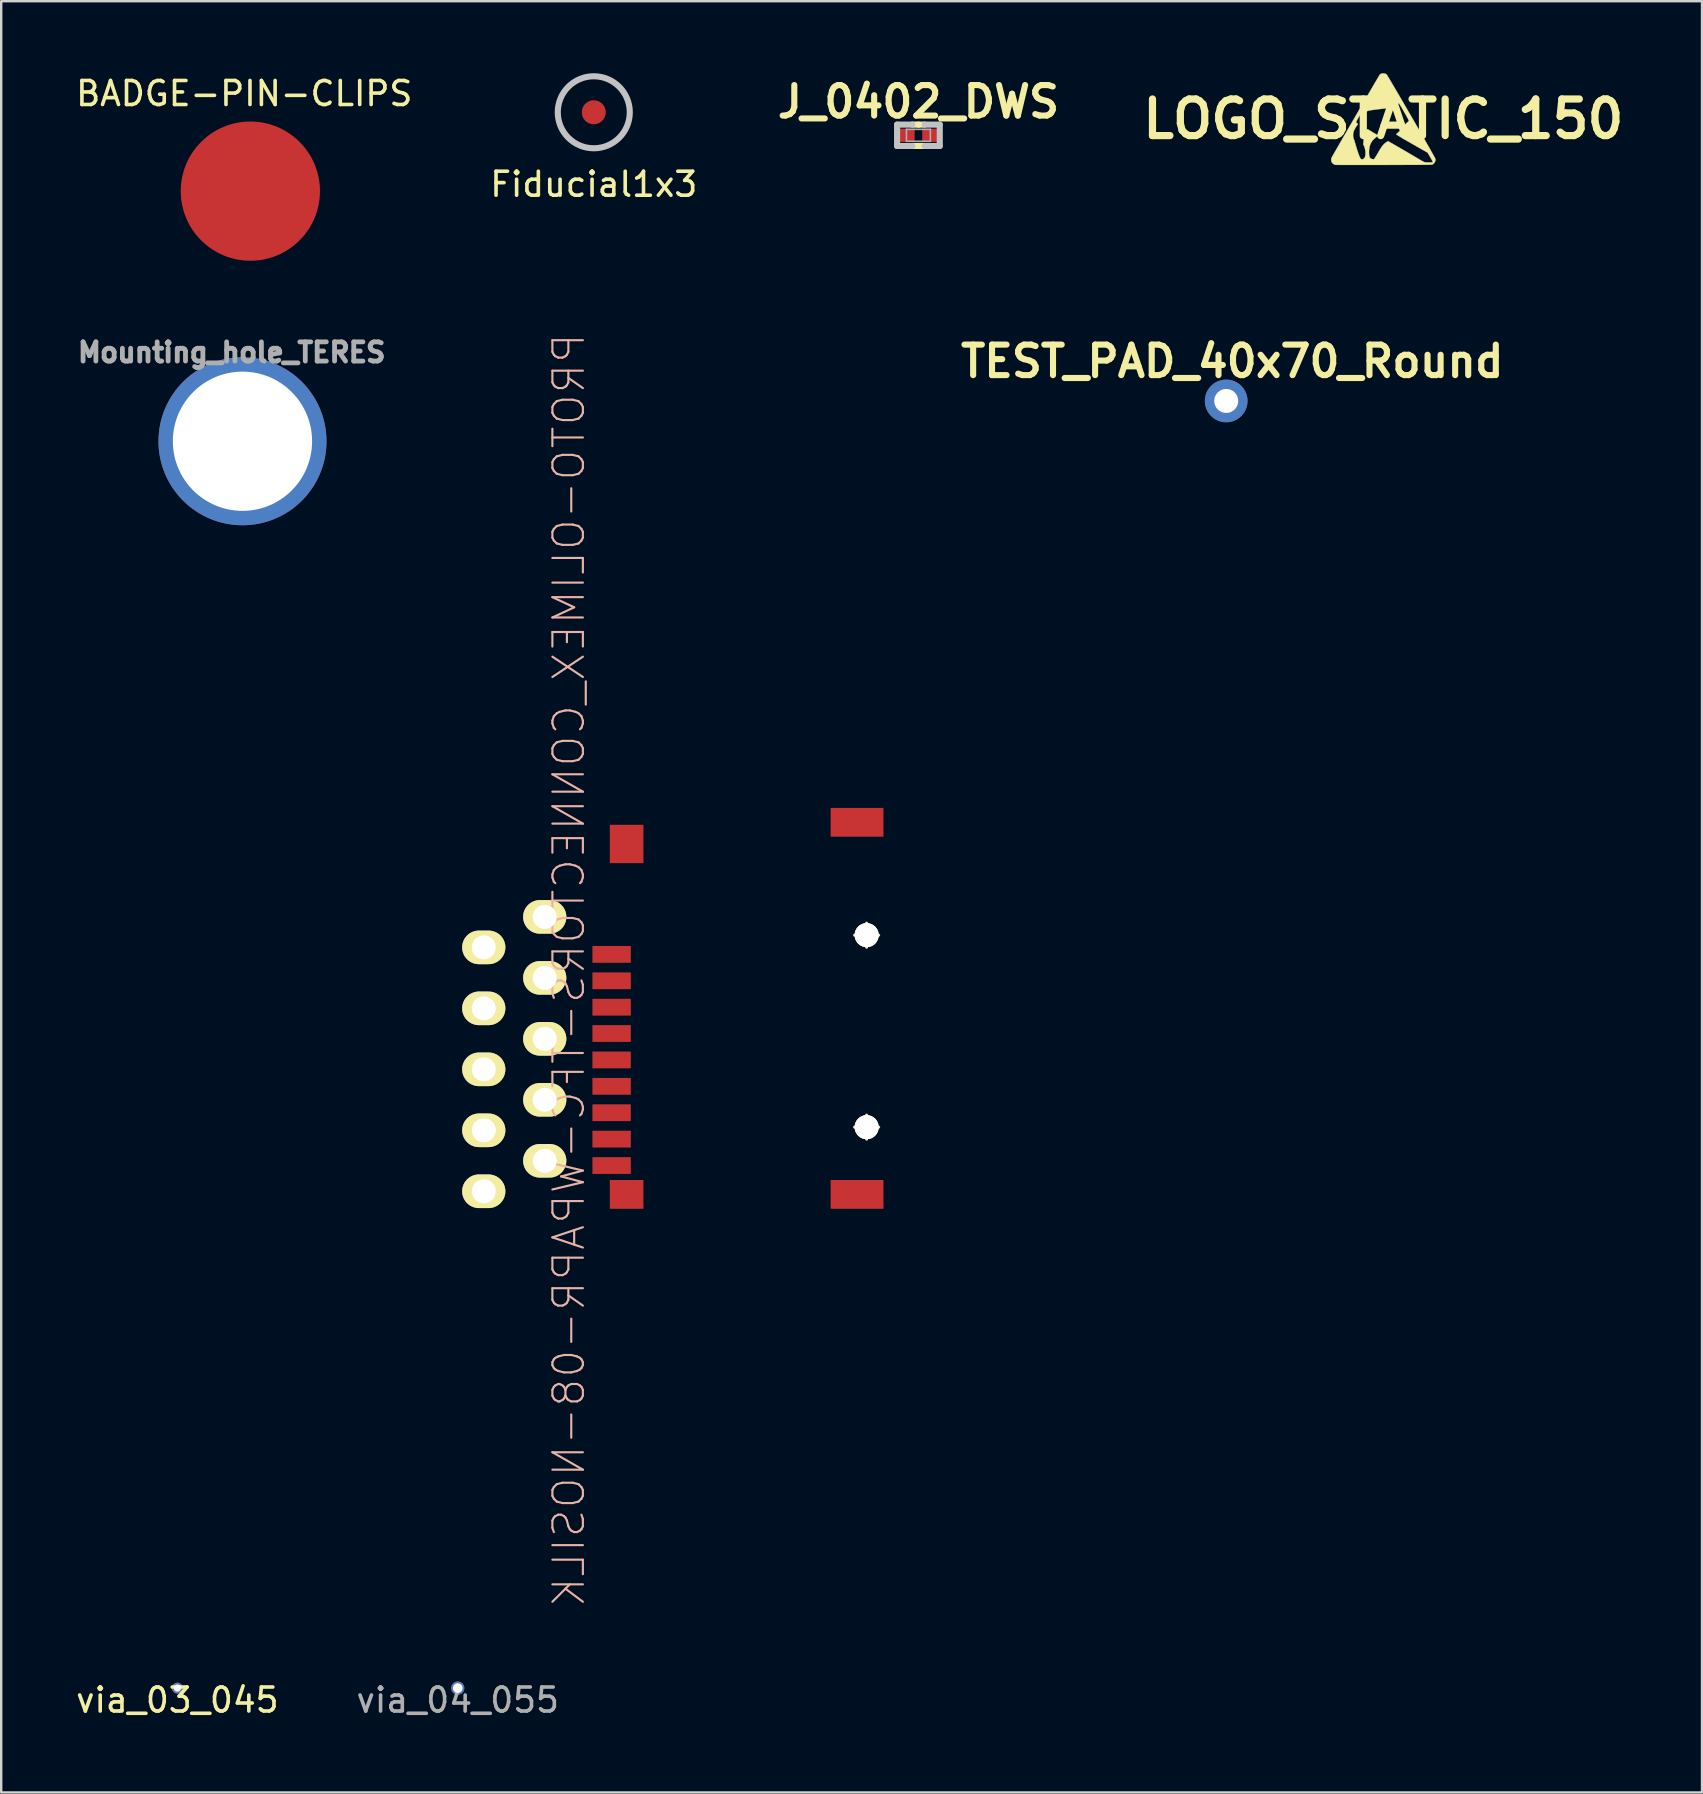
<source format=kicad_pcb>
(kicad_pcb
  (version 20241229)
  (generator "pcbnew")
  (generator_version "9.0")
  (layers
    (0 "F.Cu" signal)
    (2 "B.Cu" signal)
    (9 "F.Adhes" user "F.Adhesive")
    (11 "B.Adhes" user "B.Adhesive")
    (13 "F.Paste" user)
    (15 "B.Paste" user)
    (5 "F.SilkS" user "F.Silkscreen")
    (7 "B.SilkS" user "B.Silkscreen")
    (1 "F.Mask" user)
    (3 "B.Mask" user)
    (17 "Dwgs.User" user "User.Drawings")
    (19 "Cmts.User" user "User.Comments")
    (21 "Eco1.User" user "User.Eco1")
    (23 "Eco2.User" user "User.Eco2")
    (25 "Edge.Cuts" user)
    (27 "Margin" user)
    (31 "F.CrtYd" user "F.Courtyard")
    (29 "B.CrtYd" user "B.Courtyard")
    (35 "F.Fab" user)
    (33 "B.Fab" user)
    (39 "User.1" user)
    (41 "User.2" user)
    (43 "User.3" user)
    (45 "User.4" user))
  (footprint "PROTO-OLIMEX_CONNECTORS-TFC-WPAPR-08-NOSILK"
    (layer "F.Cu")
    (at 29.802 38.955)
    (property "Reference" "PROTO-OLIMEX_CONNECTORS-TFC-WPAPR-08-NOSILK" (at -9.154 -1.587 90) (layer "B.SilkS") (effects (font (size 1.27 1.27) (thickness 0.089)) (justify mirror)))
    (attr exclude_from_pos_files exclude_from_bom)
    (fp_line (start 2.748 -3.048) (end 3.749 -3.048) (stroke (width 0.127) (type solid)) (layer "F.SilkS"))
    (fp_line (start 2.748 4.948) (end 3.749 4.948) (stroke (width 0.127) (type solid)) (layer "F.SilkS"))
    (fp_line (start 3.249 -2.548) (end 3.249 -3.548) (stroke (width 0.127) (type solid)) (layer "F.SilkS"))
    (fp_line (start 3.249 5.448) (end 3.249 4.448) (stroke (width 0.127) (type solid)) (layer "F.SilkS"))
    (fp_circle (center 3.249 -3.048) (end 3.498 -3.297) (stroke (width 0.127) (type solid)) (fill no) (layer "F.SilkS"))
    (fp_circle (center 3.249 4.948) (end 3.498 5.197) (stroke (width 0.127) (type solid)) (fill no) (layer "F.SilkS"))
    (pad "0" thru_hole circle (at 3.25 -3.05) (size 1 1) (drill 1) (layers "*.Cu" "*.Mask" "F.SilkS"))
    (pad "0" thru_hole circle (at 3.25 4.95) (size 1 1) (drill 1) (layers "*.Cu" "*.Mask" "F.SilkS"))
    (pad "1" thru_hole oval (at -10.16 -3.81) (size 1.8 1.4) (drill 1) (layers "*.Cu" "*.Mask" "F.SilkS"))
    (pad "1" smd rect (at -7.374 -2.248 270) (size 0.699 1.598) (layers "F.Cu" "F.Mask" "F.Paste"))
    (pad "2" thru_hole oval (at -12.7 -2.54) (size 1.8 1.4) (drill 1) (layers "*.Cu" "*.Mask" "F.SilkS"))
    (pad "2" smd rect (at -7.374 -1.148 270) (size 0.699 1.598) (layers "F.Cu" "F.Mask" "F.Paste"))
    (pad "3" thru_hole oval (at -10.16 -1.27) (size 1.8 1.4) (drill 1) (layers "*.Cu" "*.Mask" "F.SilkS"))
    (pad "3" smd rect (at -7.374 -0.048 270) (size 0.699 1.598) (layers "F.Cu" "F.Mask" "F.Paste"))
    (pad "4" thru_hole oval (at -12.7 0) (size 1.8 1.4) (drill 1) (layers "*.Cu" "*.Mask" "F.SilkS"))
    (pad "4" smd rect (at -7.374 1.049 270) (size 0.699 1.598) (layers "F.Cu" "F.Mask" "F.Paste"))
    (pad "5" thru_hole oval (at -10.16 1.27) (size 1.8 1.4) (drill 1) (layers "*.Cu" "*.Mask" "F.SilkS"))
    (pad "5" smd rect (at -7.374 2.149 270) (size 0.699 1.598) (layers "F.Cu" "F.Mask" "F.Paste"))
    (pad "6" thru_hole oval (at -12.7 2.54) (size 1.8 1.4) (drill 1) (layers "*.Cu" "*.Mask" "F.SilkS"))
    (pad "6" smd rect (at -7.374 3.249 270) (size 0.699 1.598) (layers "F.Cu" "F.Mask" "F.Paste"))
    (pad "7" thru_hole oval (at -10.16 3.81) (size 1.8 1.4) (drill 1) (layers "*.Cu" "*.Mask" "F.SilkS"))
    (pad "7" smd rect (at -7.374 4.348 270) (size 0.699 1.598) (layers "F.Cu" "F.Mask" "F.Paste"))
    (pad "8" thru_hole oval (at -12.7 5.08) (size 1.8 1.4) (drill 1) (layers "*.Cu" "*.Mask" "F.SilkS"))
    (pad "8" smd rect (at -7.374 5.448 270) (size 0.699 1.598) (layers "F.Cu" "F.Mask" "F.Paste"))
    (pad "9" thru_hole oval (at -10.16 6.35) (size 1.8 1.4) (drill 1) (layers "*.Cu" "*.Mask" "F.SilkS"))
    (pad "9" smd rect (at -7.374 6.548 270) (size 0.699 1.598) (layers "F.Cu" "F.Mask" "F.Paste"))
    (pad "10" thru_hole oval (at -12.7 7.62) (size 1.8 1.4) (drill 1) (layers "*.Cu" "*.Mask" "F.SilkS"))
    (pad "10" smd rect (at -6.749 7.75 270) (size 1.199 1.4) (layers "F.Cu" "F.Mask" "F.Paste"))
    (pad "11" smd rect (at -6.749 -6.848 270) (size 1.598 1.4) (layers "F.Cu" "F.Mask" "F.Paste"))
    (pad "12" smd rect (at 2.85 7.75 270) (size 1.199 2.2) (layers "F.Cu" "F.Mask" "F.Paste"))
    (pad "13" smd rect (at 2.85 -7.75 270) (size 1.199 2.2) (layers "F.Cu" "F.Mask" "F.Paste")))
  (footprint "TEST_PAD_40x70_Round"
    (layer "F.Cu")
    (at 48.03 13.652)
    (property "Reference" "TEST_PAD_40x70_Round" (at 0.254 -1.651 0) (layer "F.SilkS") (effects (font (size 1.27 1.27) (thickness 0.254))))
    (attr smd)
    (pad "1" thru_hole circle (at 0 0) (size 1.778 1.778) (drill 1) (layers "*.Cu" "*.Mask")))
  (footprint "Mounting_hole_TERES"
    (layer "F.Cu")
    (at 6.551 15.331)
    (property "Reference" "Mounting_hole_TERES" (at 0.05 -3.7 0) (layer "F.Fab") (effects (font (size 0.8 0.8) (thickness 0.2))))
    (attr exclude_from_pos_files exclude_from_bom)
    (pad "" thru_hole circle (at 0.5 0) (size 7 7) (drill 5.8) (layers "*.Cu" "*.Mask")))
  (footprint "via_03_045"
    (layer "F.Cu")
    (at 4.339 67.271)
    (property "Reference" "via_03_045" (at 0 0.5 0) (layer "F.SilkS") (effects (font (size 1 1) (thickness 0.15))))
    (attr exclude_from_pos_files exclude_from_bom)
    (pad "0" thru_hole circle (at 0 0) (size 0.45 0.45) (drill 0.3) (layers "*.Cu")))
  (footprint "via_04_055"
    (layer "F.Cu")
    (at 16.018 67.271)
    (property "Reference" "via_04_055" (at 0 0.5 0) (layer "F.Fab") (effects (font (size 1 1) (thickness 0.15))))
    (attr exclude_from_pos_files exclude_from_bom)
    (pad "0" thru_hole circle (at 0 0) (size 0.55 0.55) (drill 0.4) (layers "*.Cu")))
  (footprint "BADGE-PIN-CLIPS"
    (layer "F.Cu")
    (at 7.379 4.912)
    (property "Reference" "BADGE-PIN-CLIPS" (at -0.254 -4.064 0) (layer "F.SilkS") (effects (font (size 1 1) (thickness 0.15))))
    (attr through_hole)
    (pad "1" smd circle (at 0 0) (size 5.8 5.8) (layers "F.Cu" "F.Mask" "F.Paste")))
  (footprint "LOGO_STATIC_150"
    (layer "F.Cu")
    (at 54.575 1.908)
    (property "Reference" "LOGO_STATIC_150" (at 0 0 0) (layer "F.SilkS") (effects (font (size 1.524 1.524) (thickness 0.3))))
    (attr through_hole)
    (fp_poly (pts (xy 2.172 1.718) (xy 2.156 1.776) (xy 2.123 1.83) (xy 2.076 1.876) (xy 2.066 1.882) (xy 2.066 1.8) (xy 2.063 1.79) (xy 2.051 1.763) (xy 2.031 1.725) (xy 2.006 1.678) (xy 1.977 1.625) (xy 1.947 1.571) (xy 1.919 1.523) (xy 1.845 1.4) (xy 1.481 1.193) (xy 1.307 1.093) (xy 1.149 1.003) (xy 1.009 0.923) (xy 0.887 0.852) (xy 0.783 0.791) (xy 0.697 0.74) (xy 0.629 0.699) (xy 0.58 0.668) (xy 0.55 0.647) (xy 0.539 0.637) (xy 0.539 0.637) (xy 0.547 0.627) (xy 0.569 0.606) (xy 0.601 0.575) (xy 0.642 0.538) (xy 0.673 0.51) (xy 0.761 0.428) (xy 0.83 0.355) (xy 0.881 0.29) (xy 0.912 0.235) (xy 0.912 0.234) (xy 0.927 0.211) (xy 0.955 0.182) (xy 0.989 0.15) (xy 0.997 0.144) (xy 1.03 0.116) (xy 1.054 0.091) (xy 1.067 0.075) (xy 1.068 0.072) (xy 1.062 0.058) (xy 1.047 0.027) (xy 1.024 -0.017) (xy 0.994 -0.072) (xy 0.958 -0.135) (xy 0.919 -0.205) (xy 0.878 -0.277) (xy 0.836 -0.35) (xy 0.795 -0.421) (xy 0.756 -0.487) (xy 0.721 -0.545) (xy 0.691 -0.594) (xy 0.669 -0.63) (xy 0.654 -0.65) (xy 0.651 -0.654) (xy 0.637 -0.651) (xy 0.614 -0.637) (xy 0.593 -0.62) (xy 0.555 -0.59) (xy 0.52 -0.563) (xy 0.486 -0.541) (xy 0.449 -0.522) (xy 0.408 -0.505) (xy 0.36 -0.49) (xy 0.304 -0.477) (xy 0.237 -0.465) (xy 0.156 -0.453) (xy 0.061 -0.44) (xy -0.053 -0.426) (xy -0.171 -0.413) (xy -0.252 -0.403) (xy -0.334 -0.393) (xy -0.411 -0.383) (xy -0.479 -0.373) (xy -0.532 -0.365) (xy -0.543 -0.363) (xy -0.609 -0.351) (xy -0.659 -0.335) (xy -0.699 -0.314) (xy -0.735 -0.284) (xy -0.773 -0.24) (xy -0.787 -0.223) (xy -0.812 -0.193) (xy -0.832 -0.171) (xy -0.844 -0.161) (xy -0.861 -0.163) (xy -0.887 -0.173) (xy -0.896 -0.177) (xy -0.923 -0.19) (xy -0.942 -0.198) (xy -0.945 -0.198) (xy -0.956 -0.189) (xy -0.974 -0.164) (xy -0.997 -0.127) (xy -1.024 -0.082) (xy -1.052 -0.033) (xy -1.079 0.016) (xy -1.103 0.062) (xy -1.121 0.101) (xy -1.132 0.127) (xy -1.134 0.136) (xy -1.125 0.152) (xy -1.103 0.171) (xy -1.095 0.176) (xy -1.071 0.193) (xy -1.058 0.206) (xy -1.057 0.209) (xy -1.063 0.222) (xy -1.08 0.246) (xy -1.101 0.274) (xy -1.15 0.345) (xy -1.195 0.425) (xy -1.231 0.504) (xy -1.239 0.528) (xy -1.254 0.595) (xy -1.26 0.668) (xy -1.255 0.741) (xy -1.242 0.804) (xy -1.235 0.82) (xy -1.225 0.849) (xy -1.209 0.894) (xy -1.191 0.951) (xy -1.172 1.015) (xy -1.157 1.068) (xy -1.117 1.201) (xy -1.079 1.324) (xy -1.042 1.432) (xy -1.007 1.524) (xy -0.98 1.588) (xy -0.954 1.637) (xy -0.928 1.667) (xy -0.899 1.679) (xy -0.864 1.676) (xy -0.852 1.673) (xy -0.807 1.647) (xy -0.774 1.603) (xy -0.752 1.542) (xy -0.741 1.466) (xy -0.742 1.376) (xy -0.746 1.337) (xy -0.757 1.269) (xy -0.773 1.204) (xy -0.79 1.148) (xy -0.809 1.106) (xy -0.821 1.088) (xy -0.833 1.066) (xy -0.834 1.033) (xy -0.832 1.021) (xy -0.829 0.989) (xy -0.824 0.942) (xy -0.82 0.89) (xy -0.819 0.872) (xy -0.816 0.819) (xy -0.816 0.782) (xy -0.821 0.754) (xy -0.83 0.729) (xy -0.831 0.726) (xy -0.842 0.698) (xy -0.843 0.673) (xy -0.834 0.648) (xy -0.812 0.617) (xy -0.777 0.576) (xy -0.748 0.541) (xy -0.724 0.506) (xy -0.71 0.482) (xy -0.696 0.451) (xy -0.682 0.433) (xy -0.664 0.427) (xy -0.639 0.434) (xy -0.603 0.454) (xy -0.559 0.481) (xy -0.503 0.516) (xy -0.439 0.555) (xy -0.375 0.593) (xy -0.344 0.61) (xy -0.3 0.636) (xy -0.264 0.659) (xy -0.24 0.677) (xy -0.231 0.686) (xy -0.233 0.693) (xy -0.24 0.703) (xy -0.255 0.717) (xy -0.279 0.739) (xy -0.316 0.771) (xy -0.367 0.814) (xy -0.369 0.815) (xy -0.446 0.892) (xy -0.506 0.979) (xy -0.551 1.078) (xy -0.58 1.19) (xy -0.595 1.318) (xy -0.597 1.388) (xy -0.594 1.478) (xy -0.583 1.548) (xy -0.563 1.602) (xy -0.534 1.639) (xy -0.494 1.661) (xy -0.447 1.671) (xy -0.388 1.676) (xy -0.332 1.593) (xy -0.305 1.551) (xy -0.271 1.497) (xy -0.236 1.436) (xy -0.201 1.376) (xy -0.197 1.368) (xy -0.134 1.26) (xy -0.076 1.171) (xy -0.02 1.097) (xy 0.035 1.038) (xy 0.091 0.99) (xy 0.145 0.953) (xy 0.197 0.923) (xy 0.437 1.06) (xy 0.528 1.112) (xy 0.637 1.175) (xy 0.763 1.248) (xy 0.907 1.332) (xy 1.068 1.427) (xy 1.245 1.53) (xy 1.437 1.644) (xy 1.563 1.718) (xy 1.618 1.75) (xy 1.658 1.772) (xy 1.69 1.787) (xy 1.717 1.796) (xy 1.745 1.802) (xy 1.778 1.805) (xy 1.789 1.806) (xy 1.825 1.808) (xy 1.872 1.809) (xy 1.922 1.809) (xy 1.972 1.808) (xy 2.016 1.806) (xy 2.049 1.804) (xy 2.065 1.801) (xy 2.066 1.8) (xy 2.066 1.882) (xy 2.047 1.895) (xy 2.041 1.896) (xy 2.029 1.898) (xy 2.009 1.9) (xy 1.982 1.901) (xy 1.947 1.903) (xy 1.901 1.904) (xy 1.845 1.905) (xy 1.778 1.906) (xy 1.699 1.907) (xy 1.607 1.908) (xy 1.5 1.908) (xy 1.379 1.909) (xy 1.242 1.909) (xy 1.088 1.91) (xy 0.917 1.91) (xy 0.728 1.911) (xy 0.519 1.911) (xy 0.29 1.911) (xy 0.039 1.912) (xy 0.022 1.912) (xy -0.186 1.912) (xy -0.388 1.912) (xy -0.584 1.912) (xy -0.771 1.912) (xy -0.949 1.912) (xy -1.117 1.912) (xy -1.273 1.912) (xy -1.417 1.912) (xy -1.547 1.912) (xy -1.663 1.912) (xy -1.762 1.911) (xy -1.845 1.911) (xy -1.91 1.911) (xy -1.956 1.91) (xy -1.981 1.91) (xy -1.987 1.91) (xy -2.005 1.905) (xy -2.028 1.899) (xy -2.061 1.884) (xy -2.098 1.857) (xy -2.132 1.822) (xy -2.154 1.79) (xy -2.168 1.745) (xy -2.171 1.692) (xy -2.163 1.639) (xy -2.152 1.607) (xy -2.139 1.583) (xy -2.116 1.543) (xy -2.084 1.486) (xy -2.044 1.415) (xy -1.995 1.33) (xy -1.939 1.232) (xy -1.876 1.124) (xy -1.808 1.005) (xy -1.734 0.877) (xy -1.656 0.741) (xy -1.574 0.599) (xy -1.488 0.451) (xy -1.4 0.299) (xy -1.31 0.144) (xy -1.219 -0.013) (xy -1.128 -0.171) (xy -1.036 -0.328) (xy -0.945 -0.484) (xy -0.856 -0.638) (xy -0.769 -0.787) (xy -0.685 -0.931) (xy -0.605 -1.069) (xy -0.529 -1.2) (xy -0.457 -1.322) (xy -0.392 -1.435) (xy -0.332 -1.537) (xy -0.279 -1.626) (xy -0.234 -1.703) (xy -0.198 -1.765) (xy -0.17 -1.811) (xy -0.152 -1.841) (xy -0.144 -1.853) (xy -0.144 -1.853) (xy -0.101 -1.882) (xy -0.047 -1.898) (xy 0.012 -1.901) (xy 0.07 -1.891) (xy 0.121 -1.868) (xy 0.137 -1.856) (xy 0.146 -1.843) (xy 0.166 -1.812) (xy 0.195 -1.764) (xy 0.234 -1.7) (xy 0.28 -1.623) (xy 0.334 -1.531) (xy 0.395 -1.428) (xy 0.462 -1.314) (xy 0.535 -1.19) (xy 0.612 -1.058) (xy 0.694 -0.918) (xy 0.779 -0.772) (xy 0.867 -0.62) (xy 0.957 -0.465) (xy 1.048 -0.308) (xy 1.141 -0.148) (xy 1.233 0.011) (xy 1.325 0.17) (xy 1.415 0.327) (xy 1.503 0.481) (xy 1.589 0.63) (xy 1.672 0.774) (xy 1.75 0.912) (xy 1.824 1.041) (xy 1.893 1.161) (xy 1.956 1.272) (xy 2.011 1.371) (xy 2.06 1.457) (xy 2.101 1.53) (xy 2.132 1.588) (xy 2.155 1.63) (xy 2.167 1.654) (xy 2.169 1.66) (xy 2.172 1.718)) (stroke (width 0.013) (type solid)) (fill yes) (layer "F.SilkS")))
  (footprint "J_0402_DWS"
    (layer "F.Cu")
    (at 35.209 2.586)
    (property "Reference" "J_0402_DWS" (at 0 -1.397 0) (layer "F.SilkS") (effects (font (size 1.27 1.27) (thickness 0.254))))
    (attr exclude_from_pos_files exclude_from_bom)
    (fp_line (start 0 -0.445) (end -0.254 -0.445) (stroke (width 0.254) (type solid)) (layer "F.SilkS"))
    (fp_line (start 0 -0.445) (end 0.254 -0.445) (stroke (width 0.254) (type solid)) (layer "F.SilkS"))
    (fp_line (start 0 0.445) (end -0.254 0.445) (stroke (width 0.254) (type solid)) (layer "F.SilkS"))
    (fp_line (start 0 0.445) (end 0.254 0.445) (stroke (width 0.254) (type solid)) (layer "F.SilkS"))
    (fp_line (start -0.889 -0.445) (end -0.889 0.445) (stroke (width 0.254) (type solid)) (layer "Dwgs.User"))
    (fp_line (start -0.889 0.445) (end -0.254 0.445) (stroke (width 0.254) (type solid)) (layer "Dwgs.User"))
    (fp_line (start -0.254 -0.445) (end -0.889 -0.445) (stroke (width 0.254) (type solid)) (layer "Dwgs.User"))
    (fp_line (start 0.254 -0.445) (end 0.889 -0.445) (stroke (width 0.254) (type solid)) (layer "Dwgs.User"))
    (fp_line (start 0.889 -0.445) (end 0.889 0.445) (stroke (width 0.254) (type solid)) (layer "Dwgs.User"))
    (fp_line (start 0.889 0.445) (end 0.254 0.445) (stroke (width 0.254) (type solid)) (layer "Dwgs.User"))
    (fp_line (start -0.498 -0.249) (end 0.498 -0.249) (stroke (width 0.066) (type solid)) (layer "F.Fab"))
    (fp_line (start -0.498 0.249) (end -0.498 -0.249) (stroke (width 0.066) (type solid)) (layer "F.Fab"))
    (fp_line (start -0.498 0.249) (end 0.498 0.249) (stroke (width 0.066) (type solid)) (layer "F.Fab"))
    (fp_line (start 0.498 0.249) (end 0.498 -0.249) (stroke (width 0.066) (type solid)) (layer "F.Fab"))
    (pad "1" smd rect (at -0.508 0 180) (size 0.7 0.55) (layers "F.Cu" "F.Mask"))
    (pad "2" smd rect (at 0.508 0) (size 0.7 0.55) (layers "F.Cu" "F.Mask")))
  (footprint "Fiducial1x3"
    (layer "F.Cu")
    (at 21.685 1.627)
    (property "Reference" "Fiducial1x3" (at 0 3 0) (layer "F.SilkS") (effects (font (size 1 1) (thickness 0.15))))
    (attr exclude_from_pos_files exclude_from_bom)
    (fp_circle (center 0 0) (end 1.5 0) (stroke (width 0.254) (type solid)) (fill no) (layer "Dwgs.User"))
    (pad "Fid1" connect circle (at 0 0) (size 1 1) (layers "F.Cu" "F.Mask")))
  (gr_rect
    (start -3 -3)
    (end 67.851 71.62)
    (stroke (width 0.1) (type default))
    (fill no)
    (layer "Edge.Cuts")))
</source>
